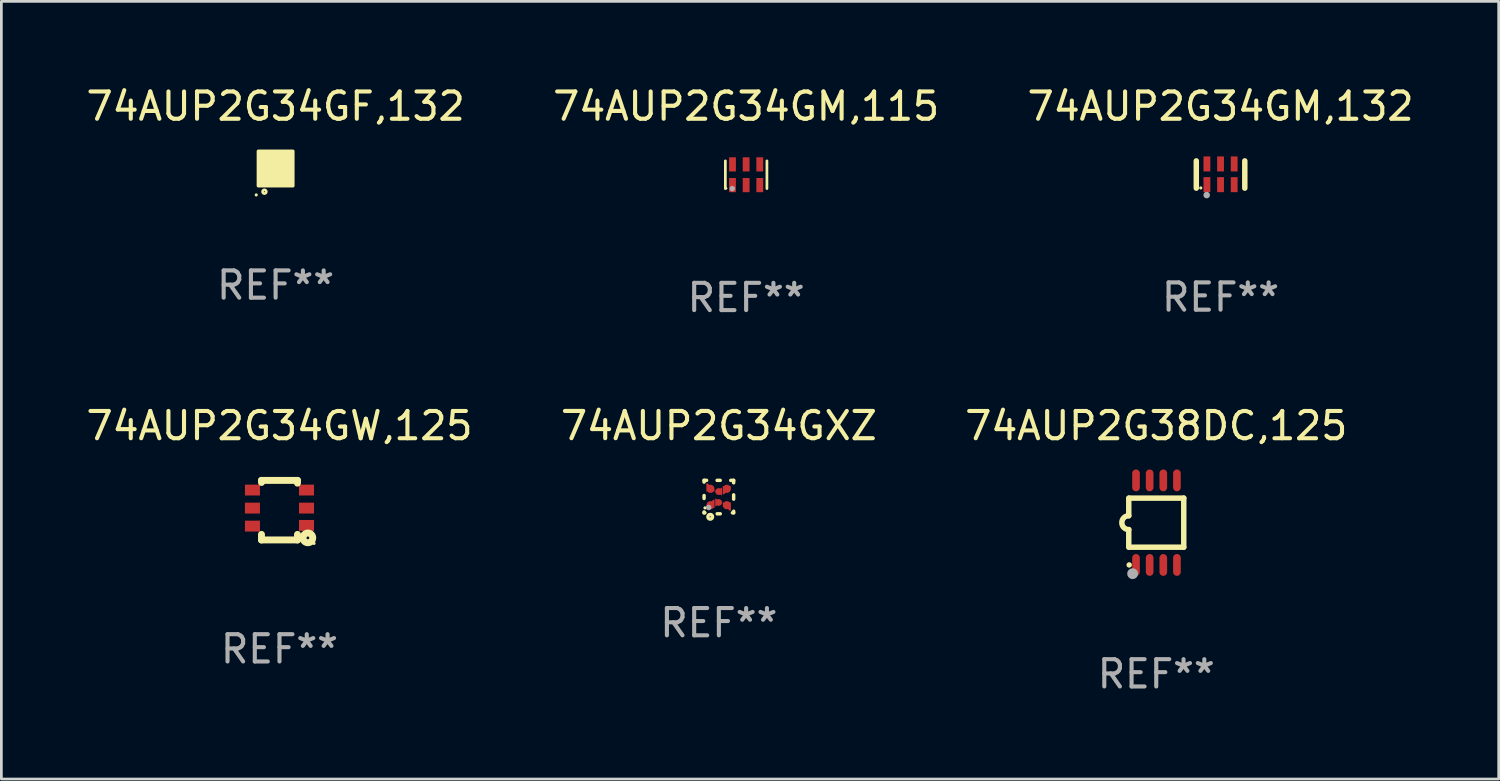
<source format=kicad_pcb>
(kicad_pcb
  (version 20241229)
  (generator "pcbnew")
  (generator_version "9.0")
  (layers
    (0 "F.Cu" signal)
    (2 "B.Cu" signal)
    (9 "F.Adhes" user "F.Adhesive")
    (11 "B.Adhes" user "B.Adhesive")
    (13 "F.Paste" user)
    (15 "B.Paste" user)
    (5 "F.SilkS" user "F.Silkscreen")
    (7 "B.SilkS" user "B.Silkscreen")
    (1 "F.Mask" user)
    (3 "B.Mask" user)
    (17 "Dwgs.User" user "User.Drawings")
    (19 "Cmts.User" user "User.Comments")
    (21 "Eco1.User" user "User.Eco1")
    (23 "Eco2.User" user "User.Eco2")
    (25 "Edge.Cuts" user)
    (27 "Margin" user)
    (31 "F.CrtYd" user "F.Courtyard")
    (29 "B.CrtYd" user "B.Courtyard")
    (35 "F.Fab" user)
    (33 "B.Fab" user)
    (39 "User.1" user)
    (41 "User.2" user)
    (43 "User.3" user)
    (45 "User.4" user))
  (footprint "74AUP2G34GM,115"
    (layer "F.Cu")
    (at 24.304 3.356)
    (property "Reference" "74AUP2G34GM,115" (at 0 -2.508 0) (layer "F.SilkS") (effects (font (size 1 1) (thickness 0.15))))
    (attr through_hole)
    (fp_line (start -0.762 -0.508) (end -0.762 0.508) (stroke (width 0.1) (type solid)) (layer "F.SilkS"))
    (fp_line (start 0.762 -0.508) (end 0.762 0.508) (stroke (width 0.1) (type solid)) (layer "F.SilkS"))
    (fp_circle (center -0.725 0.5) (end -0.705 0.5) (stroke (width 0.04) (type solid)) (fill no) (layer "F.SilkS"))
    (fp_circle (center -0.508 0.508) (end -0.458 0.508) (stroke (width 0.1) (type solid)) (fill no) (layer "F.Fab"))
    (fp_text user "REF**" (at 0 4.508 0) (layer "F.Fab") (effects (font (size 1 1) (thickness 0.15))))
    (pad "1" smd rect (at -0.5 0.38) (size 0.25 0.52) (layers "F.Cu" "F.Mask" "F.Paste"))
    (pad "2" smd rect (at -0.000127 0.38) (size 0.25 0.52) (layers "F.Cu" "F.Mask" "F.Paste"))
    (pad "3" smd rect (at 0.5 0.38) (size 0.25 0.52) (layers "F.Cu" "F.Mask" "F.Paste"))
    (pad "4" smd rect (at 0.5 -0.38 180) (size 0.25 0.52) (layers "F.Cu" "F.Mask" "F.Paste"))
    (pad "5" smd rect (at -0.000127 -0.38 180) (size 0.25 0.52) (layers "F.Cu" "F.Mask" "F.Paste"))
    (pad "6" smd rect (at -0.5 -0.38 180) (size 0.25 0.52) (layers "F.Cu" "F.Mask" "F.Paste")))
  (footprint "74AUP2G38DC,125"
    (layer "F.Cu")
    (at 39.339 16.111)
    (property "Reference" "74AUP2G38DC,125" (at 0 -3.55 0) (layer "F.SilkS") (effects (font (size 1 1) (thickness 0.15))))
    (attr through_hole)
    (fp_line (start -1.008 -0.254) (end -1.008 -0.9) (stroke (width 0.2) (type solid)) (layer "F.SilkS"))
    (fp_line (start -1.008 0.254) (end -1.008 0.9) (stroke (width 0.2) (type solid)) (layer "F.SilkS"))
    (fp_line (start -0.992 0.9) (end 1.008 0.9) (stroke (width 0.2) (type solid)) (layer "F.SilkS"))
    (fp_line (start 1.008 -0.9) (end -0.992 -0.9) (stroke (width 0.2) (type solid)) (layer "F.SilkS"))
    (fp_line (start 1.008 0.9) (end 1.008 -0.9) (stroke (width 0.2) (type solid)) (layer "F.SilkS"))
    (fp_arc (start -1.008001 0.254001) (mid -1.262002 0) (end -1.008001 -0.254001) (stroke (width 0.2) (type solid)) (layer "F.SilkS"))
    (fp_circle (center -0.992 1.55) (end -0.942 1.55) (stroke (width 0.1) (type solid)) (fill no) (layer "F.SilkS"))
    (fp_circle (center -0.866 1.87) (end -0.766 1.87) (stroke (width 0.2) (type solid)) (fill no) (layer "F.Fab"))
    (fp_text user "REF**" (at 0 5.55 0) (layer "F.Fab") (effects (font (size 1 1) (thickness 0.15))))
    (pad "1" smd oval (at -0.742 1.55 270) (size 0.8 0.28) (layers "F.Cu" "F.Mask" "F.Paste"))
    (pad "2" smd oval (at -0.242 1.55 270) (size 0.8 0.28) (layers "F.Cu" "F.Mask" "F.Paste"))
    (pad "3" smd oval (at 0.258 1.55 270) (size 0.8 0.28) (layers "F.Cu" "F.Mask" "F.Paste"))
    (pad "4" smd oval (at 0.758 1.55 270) (size 0.8 0.28) (layers "F.Cu" "F.Mask" "F.Paste"))
    (pad "5" smd oval (at 0.758 -1.55 270) (size 0.8 0.28) (layers "F.Cu" "F.Mask" "F.Paste"))
    (pad "6" smd oval (at 0.258 -1.55 270) (size 0.8 0.28) (layers "F.Cu" "F.Mask" "F.Paste"))
    (pad "7" smd oval (at -0.242 -1.55 270) (size 0.8 0.28) (layers "F.Cu" "F.Mask" "F.Paste"))
    (pad "8" smd oval (at -0.742 -1.55 270) (size 0.8 0.28) (layers "F.Cu" "F.Mask" "F.Paste")))
  (footprint "74AUP2G34GF,132"
    (layer "F.Cu")
    (at 7.054 3.128)
    (property "Reference" "74AUP2G34GF,132" (at 0 -2.28 0) (layer "F.SilkS") (effects (font (size 1 1) (thickness 0.15))))
    (attr through_hole)
    (fp_circle (center -0.71 0.968) (end -0.68 0.968) (stroke (width 0.06) (type solid)) (fill no) (layer "F.SilkS"))
    (fp_circle (center -0.41 0.85) (end -0.342 0.85) (stroke (width 0.1) (type solid)) (fill no) (layer "F.SilkS"))
    (fp_poly (pts (xy -0.635 -0.635) (xy 0.635 -0.635) (xy 0.635 0.635) (xy -0.635 0.635)) (stroke (width 0.12) (type solid)) (fill yes) (layer "F.SilkS"))
    (fp_text user "REF**" (at 0 4.28 0) (layer "F.Fab") (effects (font (size 1 1) (thickness 0.15))))
    (pad "1" smd rect (at -0.35 0.28 90) (size 0.35 0.2) (layers "F.Cu" "F.Mask" "F.Paste"))
    (pad "2" smd rect (at 0 0.28 90) (size 0.35 0.2) (layers "F.Cu" "F.Mask" "F.Paste"))
    (pad "3" smd rect (at 0.35 0.28 90) (size 0.35 0.2) (layers "F.Cu" "F.Mask" "F.Paste"))
    (pad "4" smd rect (at 0.35 -0.28 90) (size 0.35 0.2) (layers "F.Cu" "F.Mask" "F.Paste"))
    (pad "5" smd rect (at 0 -0.28 90) (size 0.35 0.2) (layers "F.Cu" "F.Mask" "F.Paste"))
    (pad "6" smd rect (at -0.35 -0.28 90) (size 0.35 0.2) (layers "F.Cu" "F.Mask" "F.Paste")))
  (footprint "74AUP2G34GXZ"
    (layer "F.Cu")
    (at 23.304 15.173)
    (property "Reference" "74AUP2G34GXZ" (at 0 -2.613 0) (layer "F.SilkS") (effects (font (size 1 1) (thickness 0.15))))
    (attr through_hole)
    (fp_line (start -0.542 -0.613) (end -0.451 -0.613) (stroke (width 0.127) (type solid)) (layer "F.SilkS"))
    (fp_line (start -0.542 -0.55) (end -0.542 -0.613) (stroke (width 0.127) (type solid)) (layer "F.SilkS"))
    (fp_line (start -0.542 0.05) (end -0.542 -0.055) (stroke (width 0.127) (type solid)) (layer "F.SilkS"))
    (fp_line (start -0.542 0.577) (end -0.542 0.545) (stroke (width 0.127) (type solid)) (layer "F.SilkS"))
    (fp_line (start -0.512 0.577) (end -0.542 0.577) (stroke (width 0.127) (type solid)) (layer "F.SilkS"))
    (fp_line (start -0.064 -0.613) (end 0.049 -0.613) (stroke (width 0.127) (type solid)) (layer "F.SilkS"))
    (fp_line (start -0.062 0.613) (end 0.051 0.613) (stroke (width 0.127) (type solid)) (layer "F.SilkS"))
    (fp_line (start 0.436 -0.613) (end 0.542 -0.613) (stroke (width 0.127) (type solid)) (layer "F.SilkS"))
    (fp_line (start 0.542 -0.613) (end 0.542 -0.524) (stroke (width 0.127) (type solid)) (layer "F.SilkS"))
    (fp_line (start 0.542 -0.081) (end 0.542 0.076) (stroke (width 0.127) (type solid)) (layer "F.SilkS"))
    (fp_line (start 0.542 0.519) (end 0.542 0.577) (stroke (width 0.127) (type solid)) (layer "F.SilkS"))
    (fp_line (start 0.542 0.577) (end 0.497 0.577) (stroke (width 0.127) (type solid)) (layer "F.SilkS"))
    (fp_circle (center -0.508 0.397) (end -0.478 0.397) (stroke (width 0.06) (type solid)) (fill no) (layer "F.SilkS"))
    (fp_circle (center -0.317 0.723) (end -0.296 0.723) (stroke (width 0.127) (type solid)) (fill no) (layer "F.SilkS"))
    (fp_circle (center -0.373 0.382) (end -0.322 0.382) (stroke (width 0.1) (type solid)) (fill no) (layer "F.Fab"))
    (fp_text user "REF**" (at 0 4.613 0) (layer "F.Fab") (effects (font (size 1 1) (thickness 0.15))))
    (pad "1" smd custom (at -0.308 0.298 90) (size 0.3 0.3) (layers "F.Cu" "F.Mask" "F.Paste") (options (anchor circle)) (primitives (gr_poly (pts (xy -0.1 0.15) (xy 0.2 0.15) (xy 0.2 0.1) (xy -0.05 -0.15) (xy -0.1 -0.15)) (width 0) (fill yes))))
    (pad "2" smd custom (at -0.008 0.197 90) (size 0.25 0.3) (layers "F.Cu" "F.Mask" "F.Paste") (options (anchor circle)) (primitives (gr_poly (pts (xy -0.15 -0.125) (xy 0.15 -0.125) (xy 0.000076 0.125)) (width 0) (fill yes))))
    (pad "3" smd custom (at 0.292 0.298 90) (size 0.3 0.3) (layers "F.Cu" "F.Mask" "F.Paste") (options (anchor circle)) (primitives (gr_poly (pts (xy 0.1 0.15) (xy 0.1 -0.15) (xy 0.05 -0.15) (xy -0.2 0.1) (xy -0.2 0.15)) (width 0) (fill yes))))
    (pad "4" smd custom (at 0.292 -0.302 90) (size 0.3 0.3) (layers "F.Cu" "F.Mask" "F.Paste") (options (anchor circle)) (primitives (gr_poly (pts (xy 0.1 -0.15) (xy -0.2 -0.15) (xy -0.2 -0.1) (xy 0.05 0.15) (xy 0.1 0.15)) (width 0) (fill yes))))
    (pad "5" smd custom (at -0.008 -0.202 90) (size 0.25 0.3) (layers "F.Cu" "F.Mask" "F.Paste") (options (anchor circle)) (primitives (gr_poly (pts (xy -0.15 0.125) (xy 0.15 0.125) (xy 0.000051 -0.125)) (width 0) (fill yes))))
    (pad "6" smd custom (at -0.308 -0.302 90) (size 0.3 0.3) (layers "F.Cu" "F.Mask" "F.Paste") (options (anchor circle)) (primitives (gr_poly (pts (xy -0.1 -0.15) (xy 0.2 -0.15) (xy 0.2 -0.1) (xy -0.05 0.15) (xy -0.1 0.15)) (width 0) (fill yes)))))
  (footprint "74AUP2G34GM,132"
    (layer "F.Cu")
    (at 41.696 3.348)
    (property "Reference" "74AUP2G34GM,132" (at 0 -2.5 0) (layer "F.SilkS") (effects (font (size 1 1) (thickness 0.15))))
    (attr through_hole)
    (fp_line (start -0.889 0.5) (end -0.889 -0.5) (stroke (width 0.2) (type solid)) (layer "F.SilkS"))
    (fp_line (start 0.889 0.5) (end 0.889 -0.5) (stroke (width 0.2) (type solid)) (layer "F.SilkS"))
    (fp_circle (center -0.725 0.492) (end -0.695 0.492) (stroke (width 0.06) (type solid)) (fill no) (layer "F.SilkS"))
    (fp_circle (center -0.508 0.754) (end -0.448 0.754) (stroke (width 0.12) (type solid)) (fill no) (layer "F.Fab"))
    (fp_text user "REF**" (at 0 4.5 0) (layer "F.Fab") (effects (font (size 1 1) (thickness 0.15))))
    (pad "1" smd rect (at -0.5 0.372) (size 0.25 0.55) (layers "F.Cu" "F.Mask" "F.Paste"))
    (pad "2" smd rect (at -0.000127 0.372) (size 0.25 0.55) (layers "F.Cu" "F.Mask" "F.Paste"))
    (pad "3" smd rect (at 0.5 0.372) (size 0.25 0.55) (layers "F.Cu" "F.Mask" "F.Paste"))
    (pad "4" smd rect (at 0.5 -0.388 180) (size 0.25 0.55) (layers "F.Cu" "F.Mask" "F.Paste"))
    (pad "5" smd rect (at -0.000127 -0.388 180) (size 0.25 0.55) (layers "F.Cu" "F.Mask" "F.Paste"))
    (pad "6" smd rect (at -0.5 -0.388 180) (size 0.25 0.55) (layers "F.Cu" "F.Mask" "F.Paste")))
  (footprint "74AUP2G34GW,125"
    (layer "F.Cu")
    (at 7.196 15.653)
    (property "Reference" "74AUP2G34GW,125" (at 0 -3.092 0) (layer "F.SilkS") (effects (font (size 1 1) (thickness 0.15))))
    (attr through_hole)
    (fp_line (start -0.66 -1.092) (end -0.66 -1.016) (stroke (width 0.254) (type solid)) (layer "F.SilkS"))
    (fp_line (start -0.66 1.092) (end -0.66 0.889) (stroke (width 0.254) (type solid)) (layer "F.SilkS"))
    (fp_line (start 0.66 -1.092) (end -0.66 -1.092) (stroke (width 0.254) (type solid)) (layer "F.SilkS"))
    (fp_line (start 0.66 -0.991) (end 0.66 -1.092) (stroke (width 0.254) (type solid)) (layer "F.SilkS"))
    (fp_line (start 0.66 0.889) (end 0.66 1.092) (stroke (width 0.254) (type solid)) (layer "F.SilkS"))
    (fp_line (start 0.66 1.092) (end -0.66 1.092) (stroke (width 0.254) (type solid)) (layer "F.SilkS"))
    (fp_circle (center 1.041 1.016) (end 1.092 1.016) (stroke (width 0.254) (type solid)) (fill no) (layer "F.SilkS"))
    (fp_circle (center 1.266 1.219) (end 1.296 1.219) (stroke (width 0.06) (type solid)) (fill no) (layer "F.SilkS"))
    (fp_text user "REF**" (at 0 5.092 0) (layer "F.Fab") (effects (font (size 1 1) (thickness 0.15))))
    (pad "1" smd rect (at 0.991 0.559 270) (size 0.399 0.551) (layers "F.Cu" "F.Mask" "F.Paste"))
    (pad "2" smd rect (at 0.991 -0.076 270) (size 0.399 0.551) (layers "F.Cu" "F.Mask" "F.Paste"))
    (pad "3" smd rect (at 0.991 -0.737 270) (size 0.399 0.551) (layers "F.Cu" "F.Mask" "F.Paste"))
    (pad "4" smd rect (at -0.991 -0.737 270) (size 0.399 0.551) (layers "F.Cu" "F.Mask" "F.Paste"))
    (pad "5" smd rect (at -0.991 -0.076 270) (size 0.399 0.551) (layers "F.Cu" "F.Mask" "F.Paste"))
    (pad "6" smd rect (at -0.991 0.584 270) (size 0.399 0.551) (layers "F.Cu" "F.Mask" "F.Paste")))
  (gr_rect
    (start -3 -3)
    (end 51.893 25.509)
    (stroke (width 0.1) (type default))
    (fill no)
    (layer "Edge.Cuts")))
</source>
